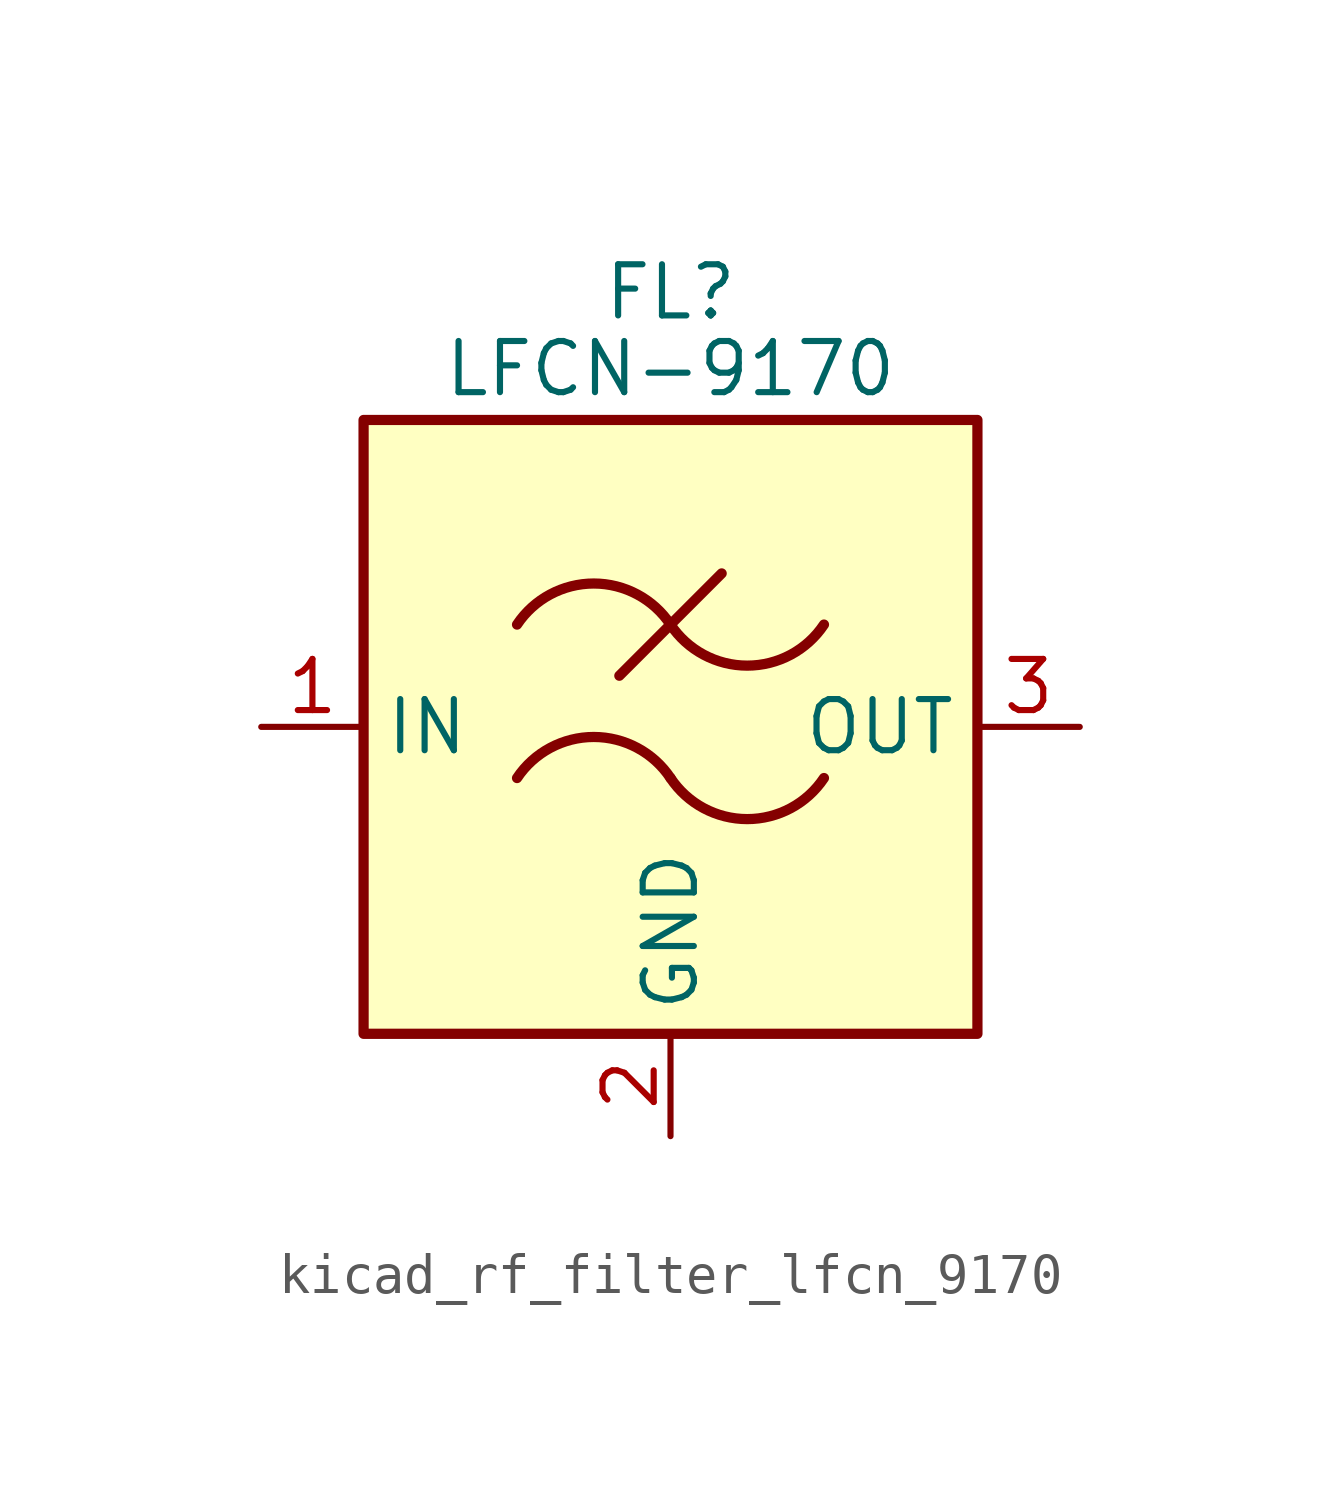
<source format=kicad_sym>
(kicad_symbol_lib
  (version 20220914)
  (generator kicad_symbol_editor)
  (symbol "kicad_rf_filter_lfcn_9170"
    (property "Reference" "FL"
      (at 0 10.795 0)
      (effects (font (size 1.27 1.27))))
    (property "Value" "LFCN-9170"
      (at 0 8.89 0)
      (effects (font (size 1.27 1.27))))
    (symbol "kicad_rf_filter_lfcn_9170_0_1"
      (rectangle (start -7.62 7.62) (end 7.62 -7.62) (stroke (width 0.254) (type default)) (fill (type background)))
      (arc (start 0 -1.27) (mid -1.905 -0.2505) (end -3.81 -1.27) (stroke (width 0.254) (type default)) (fill (type none)))
      (arc (start 0 -1.27) (mid 1.905 -2.2895) (end 3.81 -1.27) (stroke (width 0.254) (type default)) (fill (type none)))
      (polyline (pts (xy -1.27 1.27) (xy 1.27 3.81)) (stroke (width 0.254) (type default)) (fill (type none)))
      (arc (start 0 2.54) (mid -1.905 3.5595) (end -3.81 2.54) (stroke (width 0.254) (type default)) (fill (type none)))
      (arc (start 0 2.54) (mid 1.905 1.5205) (end 3.81 2.54) (stroke (width 0.254) (type default)) (fill (type none))))
    (symbol "kicad_rf_filter_lfcn_9170_1_1"
      (pin passive line (at -10.16 0 0) (length 2.54) (name "IN" (effects (font (size 1.27 1.27)))) (number "1" (effects (font (size 1.27 1.27)))))
      (pin passive line (at 0 -10.16 90) (length 2.54) (name "GND" (effects (font (size 1.27 1.27)))) (number "2" (effects (font (size 1.27 1.27)))))
      (pin passive line (at 10.16 0 180) (length 2.54) (name "OUT" (effects (font (size 1.27 1.27)))) (number "3" (effects (font (size 1.27 1.27)))))
      (pin passive line (at 0 -10.16 90) (length 2.54) hide (name "GND" (effects (font (size 1.27 1.27)))) (number "4" (effects (font (size 1.27 1.27))))))))
</source>
